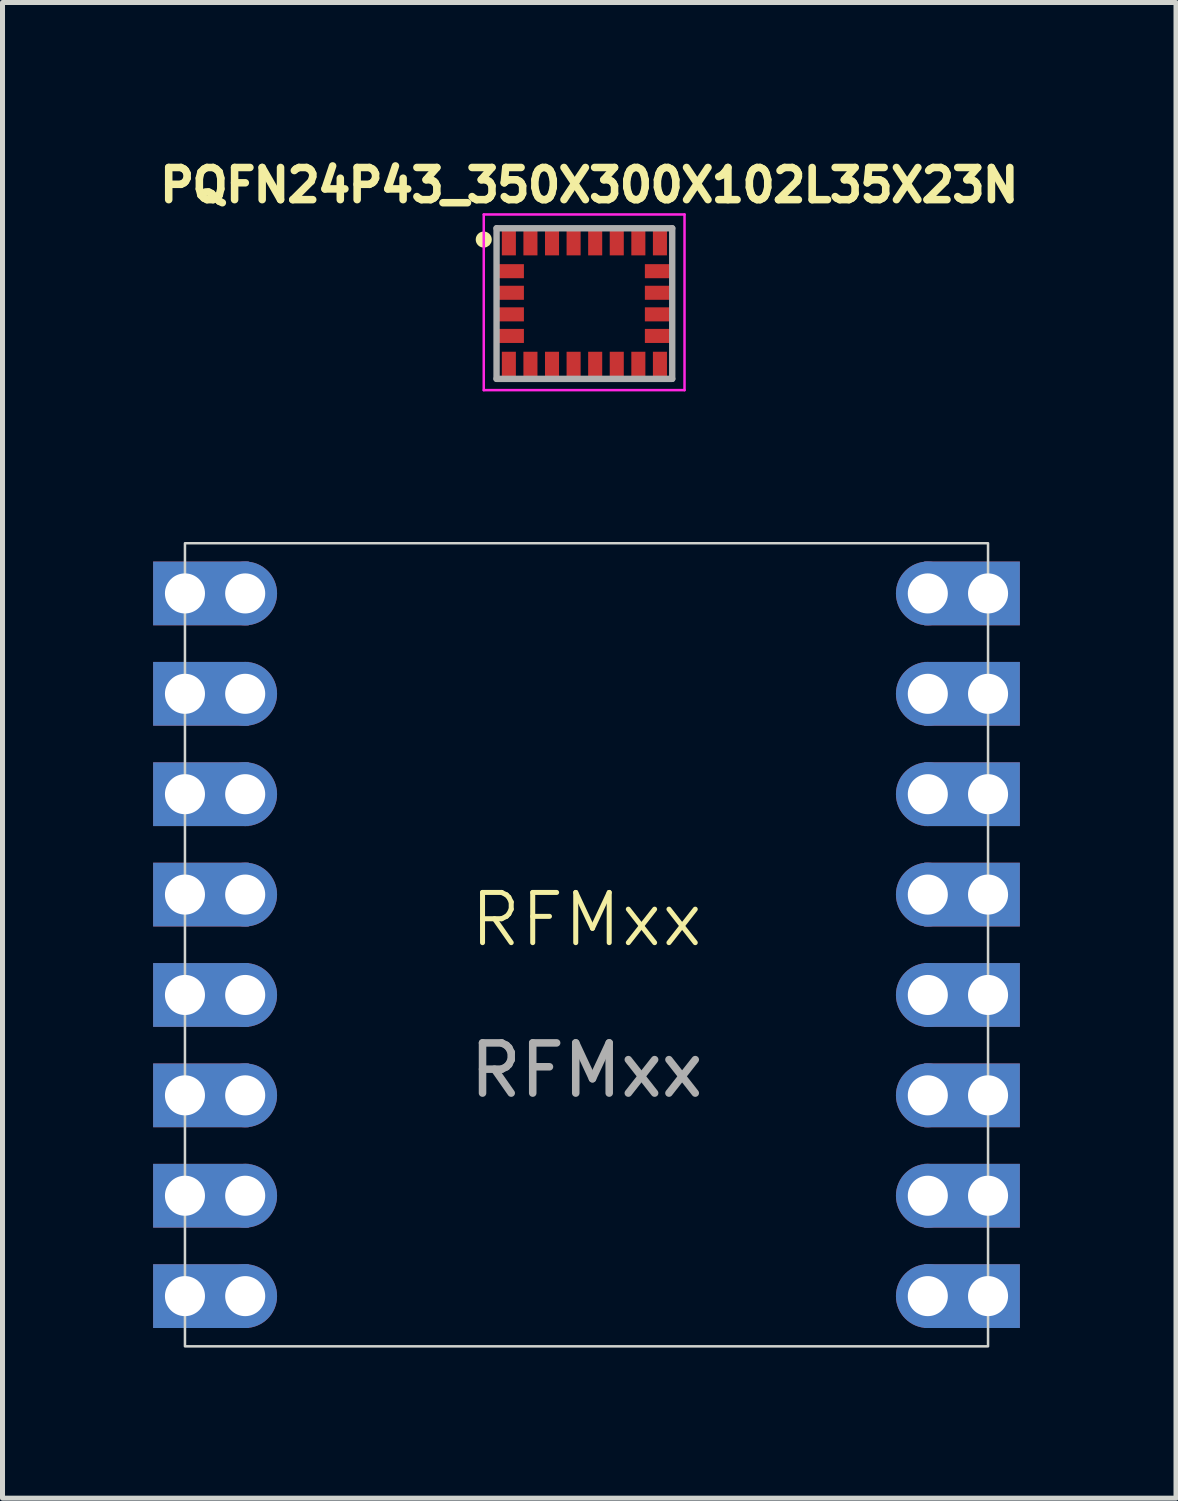
<source format=kicad_pcb>
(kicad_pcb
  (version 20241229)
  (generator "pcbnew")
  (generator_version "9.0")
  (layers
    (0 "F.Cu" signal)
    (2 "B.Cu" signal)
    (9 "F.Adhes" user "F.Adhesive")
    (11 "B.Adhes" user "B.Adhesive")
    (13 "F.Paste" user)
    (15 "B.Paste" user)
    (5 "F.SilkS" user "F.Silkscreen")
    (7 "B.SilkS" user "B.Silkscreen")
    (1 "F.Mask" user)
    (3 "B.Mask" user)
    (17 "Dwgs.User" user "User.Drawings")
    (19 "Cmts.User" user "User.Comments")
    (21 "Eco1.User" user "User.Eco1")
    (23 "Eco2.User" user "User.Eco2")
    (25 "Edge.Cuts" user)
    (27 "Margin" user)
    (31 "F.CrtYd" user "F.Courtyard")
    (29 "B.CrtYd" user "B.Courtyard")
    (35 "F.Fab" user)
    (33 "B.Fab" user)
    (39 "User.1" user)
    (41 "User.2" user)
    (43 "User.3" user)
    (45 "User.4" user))
  (footprint "PQFN24P43_350X300X102L35X23N"
    (layer "F.Cu")
    (at 8.593 2.998)
    (property "Reference" "PQFN24P43_350X300X102L35X23N" (at 0.097 -2.359 0) (layer "F.SilkS") (effects (font (size 0.641 0.641) (thickness 0.15))))
    (attr smd)
    (fp_poly (pts (xy -1.783 0.833) (xy -1.783 0.459) (xy -1.171 0.459) (xy -1.171 0.833)) (stroke (width 0.01) (type solid)) (fill yes) (layer "F.Mask"))
    (fp_poly (pts (xy -1.782 -0.028) (xy -1.782 -0.402) (xy -1.172 -0.402) (xy -1.172 -0.028)) (stroke (width 0.01) (type solid)) (fill yes) (layer "F.Mask"))
    (fp_poly (pts (xy -1.781 -0.459) (xy -1.781 -0.832) (xy -1.172 -0.832) (xy -1.172 -0.459)) (stroke (width 0.01) (type solid)) (fill yes) (layer "F.Mask"))
    (fp_poly (pts (xy -1.781 0.401) (xy -1.781 0.029) (xy -1.171 0.029) (xy -1.171 0.401)) (stroke (width 0.01) (type solid)) (fill yes) (layer "F.Mask"))
    (fp_poly (pts (xy -1.694 -1.53) (xy -1.32 -1.53) (xy -1.32 -0.922) (xy -1.694 -0.922)) (stroke (width 0.01) (type solid)) (fill yes) (layer "F.Mask"))
    (fp_poly (pts (xy -1.32 1.535) (xy -1.695 1.535) (xy -1.695 0.92) (xy -1.32 0.92)) (stroke (width 0.01) (type solid)) (fill yes) (layer "F.Mask"))
    (fp_poly (pts (xy -1.262 -1.53) (xy -0.89 -1.53) (xy -0.89 -0.922) (xy -1.262 -0.922)) (stroke (width 0.01) (type solid)) (fill yes) (layer "F.Mask"))
    (fp_poly (pts (xy -0.89 1.532) (xy -1.261 1.532) (xy -1.261 0.92) (xy -0.89 0.92)) (stroke (width 0.01) (type solid)) (fill yes) (layer "F.Mask"))
    (fp_poly (pts (xy -0.832 -1.53) (xy -0.46 -1.53) (xy -0.46 -0.922) (xy -0.832 -0.922)) (stroke (width 0.01) (type solid)) (fill yes) (layer "F.Mask"))
    (fp_poly (pts (xy -0.46 1.532) (xy -0.831 1.532) (xy -0.831 0.92) (xy -0.46 0.92)) (stroke (width 0.01) (type solid)) (fill yes) (layer "F.Mask"))
    (fp_poly (pts (xy -0.401 -1.53) (xy -0.03 -1.53) (xy -0.03 -0.923) (xy -0.401 -0.923)) (stroke (width 0.01) (type solid)) (fill yes) (layer "F.Mask"))
    (fp_poly (pts (xy -0.03 1.532) (xy -0.401 1.532) (xy -0.401 0.92) (xy -0.03 0.92)) (stroke (width 0.01) (type solid)) (fill yes) (layer "F.Mask"))
    (fp_poly (pts (xy 0.03 -1.53) (xy 0.4 -1.53) (xy 0.4 -0.923) (xy 0.03 -0.923)) (stroke (width 0.01) (type solid)) (fill yes) (layer "F.Mask"))
    (fp_poly (pts (xy 0.4 1.531) (xy 0.03 1.531) (xy 0.03 0.92) (xy 0.4 0.92)) (stroke (width 0.01) (type solid)) (fill yes) (layer "F.Mask"))
    (fp_poly (pts (xy 0.462 -1.53) (xy 0.83 -1.53) (xy 0.83 -0.923) (xy 0.462 -0.923)) (stroke (width 0.01) (type solid)) (fill yes) (layer "F.Mask"))
    (fp_poly (pts (xy 0.83 1.532) (xy 0.461 1.532) (xy 0.461 0.92) (xy 0.83 0.92)) (stroke (width 0.01) (type solid)) (fill yes) (layer "F.Mask"))
    (fp_poly (pts (xy 0.892 -1.53) (xy 1.26 -1.53) (xy 1.26 -0.922) (xy 0.892 -0.922)) (stroke (width 0.01) (type solid)) (fill yes) (layer "F.Mask"))
    (fp_poly (pts (xy 1.26 1.532) (xy 0.891 1.532) (xy 0.891 0.92) (xy 1.26 0.92)) (stroke (width 0.01) (type solid)) (fill yes) (layer "F.Mask"))
    (fp_poly (pts (xy 1.323 -1.53) (xy 1.69 -1.53) (xy 1.69 -0.922) (xy 1.323 -0.922)) (stroke (width 0.01) (type solid)) (fill yes) (layer "F.Mask"))
    (fp_poly (pts (xy 1.69 1.531) (xy 1.321 1.531) (xy 1.321 0.92) (xy 1.69 0.92)) (stroke (width 0.01) (type solid)) (fill yes) (layer "F.Mask"))
    (fp_poly (pts (xy 1.771 -0.829) (xy 1.771 -0.462) (xy 1.162 -0.462) (xy 1.162 -0.829)) (stroke (width 0.01) (type solid)) (fill yes) (layer "F.Mask"))
    (fp_poly (pts (xy 1.771 0.031) (xy 1.771 0.399) (xy 1.161 0.399) (xy 1.161 0.031)) (stroke (width 0.01) (type solid)) (fill yes) (layer "F.Mask"))
    (fp_poly (pts (xy 1.772 -0.398) (xy 1.772 -0.031) (xy 1.161 -0.031) (xy 1.161 -0.398)) (stroke (width 0.01) (type solid)) (fill yes) (layer "F.Mask"))
    (fp_poly (pts (xy 1.773 0.463) (xy 1.773 0.83) (xy 1.16 0.83) (xy 1.16 0.463)) (stroke (width 0.01) (type solid)) (fill yes) (layer "F.Mask"))
    (fp_line (start -1.75 -1.5) (end -1.755 -1.475) (stroke (width 0.05) (type solid)) (layer "F.SilkS"))
    (fp_line (start -1.75 -1.075) (end -1.75 -1.5) (stroke (width 0.1) (type solid)) (layer "F.SilkS"))
    (fp_circle (center -2.005 -1.275) (end -1.925 -1.275) (stroke (width 0.16) (type solid)) (fill no) (layer "F.SilkS"))
    (fp_line (start -2.005 -1.775) (end 1.995 -1.775) (stroke (width 0.05) (type solid)) (layer "F.CrtYd"))
    (fp_line (start -2.005 1.725) (end -2.005 -1.775) (stroke (width 0.05) (type solid)) (layer "F.CrtYd"))
    (fp_line (start 1.995 -1.775) (end 1.995 1.725) (stroke (width 0.05) (type solid)) (layer "F.CrtYd"))
    (fp_line (start 1.995 1.725) (end -2.005 1.725) (stroke (width 0.05) (type solid)) (layer "F.CrtYd"))
    (fp_line (start -1.75 -1.5) (end 1.75 -1.5) (stroke (width 0.127) (type solid)) (layer "F.Fab"))
    (fp_line (start -1.75 1.5) (end -1.75 -1.5) (stroke (width 0.127) (type solid)) (layer "F.Fab"))
    (fp_line (start 1.75 -1.5) (end 1.75 1.5) (stroke (width 0.127) (type solid)) (layer "F.Fab"))
    (fp_line (start 1.75 1.5) (end -1.75 1.5) (stroke (width 0.127) (type solid)) (layer "F.Fab"))
    (pad "1" smd rect (at -1.505 -1.225) (size 0.28 0.53) (layers "F.Cu" "F.Paste"))
    (pad "2" smd rect (at -1.47 -0.645) (size 0.53 0.28) (layers "F.Cu" "F.Paste"))
    (pad "3" smd rect (at -1.47 -0.215) (size 0.53 0.28) (layers "F.Cu" "F.Paste"))
    (pad "4" smd rect (at -1.47 0.215) (size 0.53 0.28) (layers "F.Cu" "F.Paste"))
    (pad "5" smd rect (at -1.47 0.645) (size 0.53 0.28) (layers "F.Cu" "F.Paste"))
    (pad "6" smd rect (at -1.505 1.225) (size 0.28 0.53) (layers "F.Cu" "F.Paste"))
    (pad "7" smd rect (at -1.075 1.225) (size 0.28 0.53) (layers "F.Cu" "F.Paste"))
    (pad "8" smd rect (at -0.645 1.225) (size 0.28 0.53) (layers "F.Cu" "F.Paste"))
    (pad "9" smd rect (at -0.215 1.225) (size 0.28 0.53) (layers "F.Cu" "F.Paste"))
    (pad "10" smd rect (at 0.215 1.225) (size 0.28 0.53) (layers "F.Cu" "F.Paste"))
    (pad "11" smd rect (at 0.645 1.225) (size 0.28 0.53) (layers "F.Cu" "F.Paste"))
    (pad "12" smd rect (at 1.075 1.225) (size 0.28 0.53) (layers "F.Cu" "F.Paste"))
    (pad "13" smd rect (at 1.505 1.225) (size 0.28 0.53) (layers "F.Cu" "F.Paste"))
    (pad "14" smd rect (at 1.47 0.645) (size 0.53 0.28) (layers "F.Cu" "F.Paste"))
    (pad "15" smd rect (at 1.47 0.215) (size 0.53 0.28) (layers "F.Cu" "F.Paste"))
    (pad "16" smd rect (at 1.47 -0.215) (size 0.53 0.28) (layers "F.Cu" "F.Paste"))
    (pad "17" smd rect (at 1.47 -0.645) (size 0.53 0.28) (layers "F.Cu" "F.Paste"))
    (pad "18" smd rect (at 1.505 -1.225) (size 0.28 0.53) (layers "F.Cu" "F.Paste"))
    (pad "19" smd rect (at 1.075 -1.225) (size 0.28 0.53) (layers "F.Cu" "F.Paste"))
    (pad "20" smd rect (at 0.645 -1.225) (size 0.28 0.53) (layers "F.Cu" "F.Paste"))
    (pad "21" smd rect (at 0.215 -1.225) (size 0.28 0.53) (layers "F.Cu" "F.Paste"))
    (pad "22" smd rect (at -0.215 -1.225) (size 0.28 0.53) (layers "F.Cu" "F.Paste"))
    (pad "23" smd rect (at -0.645 -1.225) (size 0.28 0.53) (layers "F.Cu" "F.Paste"))
    (pad "24" smd rect (at -1.075 -1.225) (size 0.28 0.53) (layers "F.Cu" "F.Paste")))
  (footprint "RFMxx"
    (layer "F.Cu")
    (at 8.635 15.773)
    (property "Reference" "RFMxx" (at 0 -0.5 0) (unlocked yes) (layer "F.SilkS") (effects (font (size 1 1) (thickness 0.1))))
    (attr through_hole)
    (fp_rect (start -8 -8) (end 8 8) (stroke (width 0.05) (type default)) (fill no) (layer "Edge.Cuts"))
    (fp_text user "${REFERENCE}" (at 0 2.5 0) (unlocked yes) (layer "F.Fab") (effects (font (size 1 1) (thickness 0.15))))
    (pad "1" thru_hole rect (at -8 -7) (size 1.905 1.27) (drill 0.798 (offset 0.318 0)) (layers "*.Cu" "*.Mask"))
    (pad "1" thru_hole circle (at -6.8 -7) (size 1.27 1.27) (drill 0.798) (layers "*.Cu" "*.Mask"))
    (pad "2" thru_hole rect (at -8 -5) (size 1.905 1.27) (drill 0.798 (offset 0.318 0)) (layers "*.Cu" "*.Mask"))
    (pad "2" thru_hole circle (at -6.8 -5) (size 1.27 1.27) (drill 0.798) (layers "*.Cu" "*.Mask"))
    (pad "3" thru_hole rect (at -8 -3) (size 1.905 1.27) (drill 0.798 (offset 0.318 0)) (layers "*.Cu" "*.Mask"))
    (pad "3" thru_hole circle (at -6.8 -3) (size 1.27 1.27) (drill 0.798) (layers "*.Cu" "*.Mask"))
    (pad "4" thru_hole rect (at -8 -1) (size 1.905 1.27) (drill 0.798 (offset 0.318 0)) (layers "*.Cu" "*.Mask"))
    (pad "4" thru_hole circle (at -6.8 -1) (size 1.27 1.27) (drill 0.798) (layers "*.Cu" "*.Mask"))
    (pad "5" thru_hole rect (at -8 1) (size 1.905 1.27) (drill 0.798 (offset 0.318 0)) (layers "*.Cu" "*.Mask"))
    (pad "5" thru_hole circle (at -6.8 1) (size 1.27 1.27) (drill 0.798) (layers "*.Cu" "*.Mask"))
    (pad "6" thru_hole rect (at -8 3) (size 1.905 1.27) (drill 0.798 (offset 0.318 0)) (layers "*.Cu" "*.Mask"))
    (pad "6" thru_hole circle (at -6.8 3) (size 1.27 1.27) (drill 0.798) (layers "*.Cu" "*.Mask"))
    (pad "7" thru_hole rect (at -8 5) (size 1.905 1.27) (drill 0.798 (offset 0.318 0)) (layers "*.Cu" "*.Mask"))
    (pad "7" thru_hole circle (at -6.8 5) (size 1.27 1.27) (drill 0.798) (layers "*.Cu" "*.Mask"))
    (pad "8" thru_hole rect (at -8 7) (size 1.905 1.27) (drill 0.798 (offset 0.318 0)) (layers "*.Cu" "*.Mask"))
    (pad "8" thru_hole circle (at -6.8 7) (size 1.27 1.27) (drill 0.798) (layers "*.Cu" "*.Mask"))
    (pad "9" thru_hole circle (at 6.8 7) (size 1.27 1.27) (drill 0.798) (layers "*.Cu" "*.Mask"))
    (pad "9" thru_hole rect (at 8 7 180) (size 1.905 1.27) (drill 0.798 (offset 0.318 0)) (layers "*.Cu" "*.Mask"))
    (pad "10" thru_hole circle (at 6.8 5) (size 1.27 1.27) (drill 0.798) (layers "*.Cu" "*.Mask"))
    (pad "10" thru_hole rect (at 8 5 180) (size 1.905 1.27) (drill 0.798 (offset 0.318 0)) (layers "*.Cu" "*.Mask"))
    (pad "11" thru_hole circle (at 6.8 3) (size 1.27 1.27) (drill 0.798) (layers "*.Cu" "*.Mask"))
    (pad "11" thru_hole rect (at 8 3 180) (size 1.905 1.27) (drill 0.798 (offset 0.318 0)) (layers "*.Cu" "*.Mask"))
    (pad "12" thru_hole circle (at 6.8 1) (size 1.27 1.27) (drill 0.798) (layers "*.Cu" "*.Mask"))
    (pad "12" thru_hole rect (at 8 1 180) (size 1.905 1.27) (drill 0.798 (offset 0.318 0)) (layers "*.Cu" "*.Mask"))
    (pad "13" thru_hole circle (at 6.8 -1) (size 1.27 1.27) (drill 0.798) (layers "*.Cu" "*.Mask"))
    (pad "13" thru_hole rect (at 8 -1 180) (size 1.905 1.27) (drill 0.798 (offset 0.318 0)) (layers "*.Cu" "*.Mask"))
    (pad "14" thru_hole circle (at 6.8 -3) (size 1.27 1.27) (drill 0.798) (layers "*.Cu" "*.Mask"))
    (pad "14" thru_hole rect (at 8 -3 180) (size 1.905 1.27) (drill 0.798 (offset 0.318 0)) (layers "*.Cu" "*.Mask"))
    (pad "15" thru_hole circle (at 6.8 -5) (size 1.27 1.27) (drill 0.798) (layers "*.Cu" "*.Mask"))
    (pad "15" thru_hole rect (at 8 -5 180) (size 1.905 1.27) (drill 0.798 (offset 0.318 0)) (layers "*.Cu" "*.Mask"))
    (pad "16" thru_hole circle (at 6.8 -7) (size 1.27 1.27) (drill 0.798) (layers "*.Cu" "*.Mask"))
    (pad "16" thru_hole rect (at 8 -7 180) (size 1.905 1.27) (drill 0.798 (offset 0.318 0)) (layers "*.Cu" "*.Mask")))
  (gr_rect
    (start -3 -3)
    (end 20.38 26.798)
    (stroke (width 0.1) (type default))
    (fill no)
    (layer "Edge.Cuts")))
</source>
